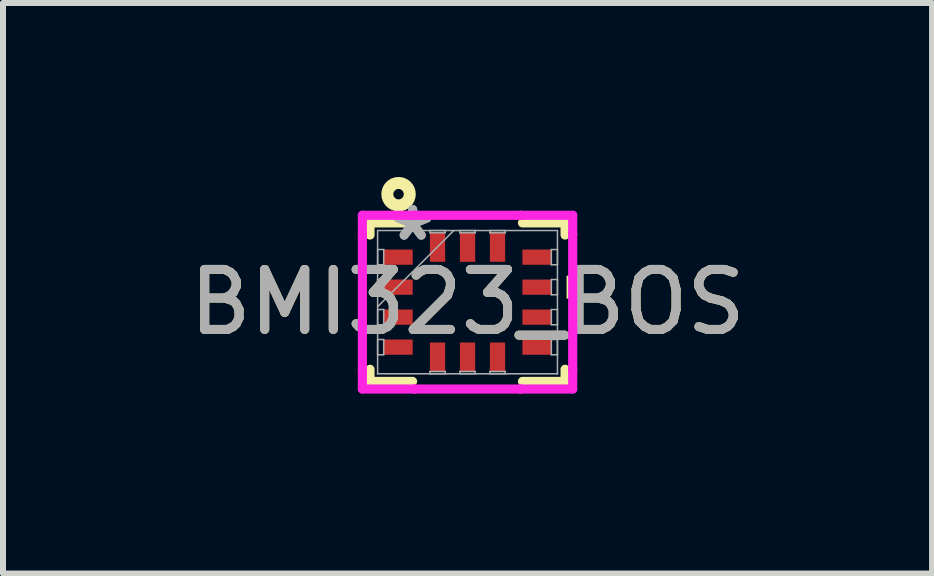
<source format=kicad_pcb>
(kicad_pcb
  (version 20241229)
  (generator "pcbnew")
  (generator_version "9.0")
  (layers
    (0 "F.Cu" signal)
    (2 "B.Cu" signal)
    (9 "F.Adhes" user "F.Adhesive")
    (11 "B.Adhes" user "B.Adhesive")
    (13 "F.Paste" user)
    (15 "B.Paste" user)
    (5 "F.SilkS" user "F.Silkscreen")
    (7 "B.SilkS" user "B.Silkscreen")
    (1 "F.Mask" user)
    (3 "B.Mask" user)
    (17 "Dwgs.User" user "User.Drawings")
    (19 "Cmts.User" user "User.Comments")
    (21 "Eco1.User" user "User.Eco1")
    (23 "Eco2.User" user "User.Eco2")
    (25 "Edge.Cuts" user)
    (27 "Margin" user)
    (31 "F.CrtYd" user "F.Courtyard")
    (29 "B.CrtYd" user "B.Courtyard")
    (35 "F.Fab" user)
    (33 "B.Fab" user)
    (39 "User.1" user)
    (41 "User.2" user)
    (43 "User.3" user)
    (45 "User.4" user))
  (footprint "BMI323_BOS"
    (layer "F.Cu")
    (at 4.744 1.987)
    (property "Reference" "BMI323_BOS" (at 0 0 0) (unlocked yes) (layer "F.SilkS") (effects (font (size 1 1) (thickness 0.15))))
    (attr smd)
    (fp_line (start -1.626 -1.321) (end -1.626 -1.119) (stroke (width 0.152) (type solid)) (layer "F.SilkS"))
    (fp_line (start -1.626 1.119) (end -1.626 1.321) (stroke (width 0.152) (type solid)) (layer "F.SilkS"))
    (fp_line (start -1.626 1.321) (end -0.916 1.321) (stroke (width 0.152) (type solid)) (layer "F.SilkS"))
    (fp_line (start -0.916 -1.321) (end -1.626 -1.321) (stroke (width 0.152) (type solid)) (layer "F.SilkS"))
    (fp_line (start 0.916 1.321) (end 1.626 1.321) (stroke (width 0.152) (type solid)) (layer "F.SilkS"))
    (fp_line (start 1.626 -1.321) (end 0.916 -1.321) (stroke (width 0.152) (type solid)) (layer "F.SilkS"))
    (fp_line (start 1.626 -1.119) (end 1.626 -1.321) (stroke (width 0.152) (type solid)) (layer "F.SilkS"))
    (fp_line (start 1.626 1.321) (end 1.626 1.119) (stroke (width 0.152) (type solid)) (layer "F.SilkS"))
    (fp_circle (center -1.15 -1.8) (end -1.225 -1.756) (stroke (width 0.2) (type solid)) (fill no) (layer "F.SilkS"))
    (fp_poly (pts (xy 1.905 -0.441) (xy 1.905 -0.059) (xy 1.651 -0.059) (xy 1.651 -0.441)) (stroke (width 0) (type solid)) (fill yes) (layer "F.SilkS"))
    (fp_line (start -1.753 -1.448) (end -0.881 -1.448) (stroke (width 0.152) (type solid)) (layer "F.CrtYd"))
    (fp_line (start -1.753 -1.131) (end -1.753 -1.448) (stroke (width 0.152) (type solid)) (layer "F.CrtYd"))
    (fp_line (start -1.753 -1.131) (end -1.753 -1.131) (stroke (width 0.152) (type solid)) (layer "F.CrtYd"))
    (fp_line (start -1.753 1.131) (end -1.753 -1.131) (stroke (width 0.152) (type solid)) (layer "F.CrtYd"))
    (fp_line (start -1.753 1.131) (end -1.753 1.131) (stroke (width 0.152) (type solid)) (layer "F.CrtYd"))
    (fp_line (start -1.753 1.448) (end -1.753 1.131) (stroke (width 0.152) (type solid)) (layer "F.CrtYd"))
    (fp_line (start -0.881 -1.448) (end -0.881 -1.448) (stroke (width 0.152) (type solid)) (layer "F.CrtYd"))
    (fp_line (start -0.881 -1.448) (end 0.881 -1.448) (stroke (width 0.152) (type solid)) (layer "F.CrtYd"))
    (fp_line (start -0.881 1.448) (end -1.753 1.448) (stroke (width 0.152) (type solid)) (layer "F.CrtYd"))
    (fp_line (start -0.881 1.448) (end -0.881 1.448) (stroke (width 0.152) (type solid)) (layer "F.CrtYd"))
    (fp_line (start 0.881 -1.448) (end 0.881 -1.448) (stroke (width 0.152) (type solid)) (layer "F.CrtYd"))
    (fp_line (start 0.881 -1.448) (end 1.753 -1.448) (stroke (width 0.152) (type solid)) (layer "F.CrtYd"))
    (fp_line (start 0.881 1.448) (end -0.881 1.448) (stroke (width 0.152) (type solid)) (layer "F.CrtYd"))
    (fp_line (start 0.881 1.448) (end 0.881 1.448) (stroke (width 0.152) (type solid)) (layer "F.CrtYd"))
    (fp_line (start 1.753 -1.448) (end 1.753 -1.131) (stroke (width 0.152) (type solid)) (layer "F.CrtYd"))
    (fp_line (start 1.753 -1.131) (end 1.753 -1.131) (stroke (width 0.152) (type solid)) (layer "F.CrtYd"))
    (fp_line (start 1.753 -1.131) (end 1.753 1.131) (stroke (width 0.152) (type solid)) (layer "F.CrtYd"))
    (fp_line (start 1.753 1.131) (end 1.753 1.131) (stroke (width 0.152) (type solid)) (layer "F.CrtYd"))
    (fp_line (start 1.753 1.131) (end 1.753 1.448) (stroke (width 0.152) (type solid)) (layer "F.CrtYd"))
    (fp_line (start 1.753 1.448) (end 0.881 1.448) (stroke (width 0.152) (type solid)) (layer "F.CrtYd"))
    (fp_line (start -1.499 -1.194) (end -1.499 -1.194) (stroke (width 0.025) (type solid)) (layer "F.Fab"))
    (fp_line (start -1.499 -1.194) (end -1.499 1.194) (stroke (width 0.025) (type solid)) (layer "F.Fab"))
    (fp_line (start -1.499 -0.877) (end -1.397 -0.877) (stroke (width 0.025) (type solid)) (layer "F.Fab"))
    (fp_line (start -1.499 -0.623) (end -1.499 -0.877) (stroke (width 0.025) (type solid)) (layer "F.Fab"))
    (fp_line (start -1.499 -0.377) (end -1.397 -0.377) (stroke (width 0.025) (type solid)) (layer "F.Fab"))
    (fp_line (start -1.499 -0.123) (end -1.499 -0.377) (stroke (width 0.025) (type solid)) (layer "F.Fab"))
    (fp_line (start -1.499 0.076) (end -0.229 -1.194) (stroke (width 0.025) (type solid)) (layer "F.Fab"))
    (fp_line (start -1.499 0.123) (end -1.397 0.123) (stroke (width 0.025) (type solid)) (layer "F.Fab"))
    (fp_line (start -1.499 0.377) (end -1.499 0.123) (stroke (width 0.025) (type solid)) (layer "F.Fab"))
    (fp_line (start -1.499 0.623) (end -1.397 0.623) (stroke (width 0.025) (type solid)) (layer "F.Fab"))
    (fp_line (start -1.499 0.877) (end -1.499 0.623) (stroke (width 0.025) (type solid)) (layer "F.Fab"))
    (fp_line (start -1.499 1.194) (end -1.499 1.194) (stroke (width 0.025) (type solid)) (layer "F.Fab"))
    (fp_line (start -1.499 1.194) (end 1.499 1.194) (stroke (width 0.025) (type solid)) (layer "F.Fab"))
    (fp_line (start -1.397 -0.877) (end -1.397 -0.623) (stroke (width 0.025) (type solid)) (layer "F.Fab"))
    (fp_line (start -1.397 -0.623) (end -1.499 -0.623) (stroke (width 0.025) (type solid)) (layer "F.Fab"))
    (fp_line (start -1.397 -0.377) (end -1.397 -0.123) (stroke (width 0.025) (type solid)) (layer "F.Fab"))
    (fp_line (start -1.397 -0.123) (end -1.499 -0.123) (stroke (width 0.025) (type solid)) (layer "F.Fab"))
    (fp_line (start -1.397 0.123) (end -1.397 0.377) (stroke (width 0.025) (type solid)) (layer "F.Fab"))
    (fp_line (start -1.397 0.377) (end -1.499 0.377) (stroke (width 0.025) (type solid)) (layer "F.Fab"))
    (fp_line (start -1.397 0.623) (end -1.397 0.877) (stroke (width 0.025) (type solid)) (layer "F.Fab"))
    (fp_line (start -1.397 0.877) (end -1.499 0.877) (stroke (width 0.025) (type solid)) (layer "F.Fab"))
    (fp_line (start -0.627 -1.194) (end -0.373 -1.194) (stroke (width 0.025) (type solid)) (layer "F.Fab"))
    (fp_line (start -0.627 -1.156) (end -0.627 -1.194) (stroke (width 0.025) (type solid)) (layer "F.Fab"))
    (fp_line (start -0.627 1.156) (end -0.373 1.156) (stroke (width 0.025) (type solid)) (layer "F.Fab"))
    (fp_line (start -0.627 1.194) (end -0.627 1.156) (stroke (width 0.025) (type solid)) (layer "F.Fab"))
    (fp_line (start -0.373 -1.194) (end -0.373 -1.156) (stroke (width 0.025) (type solid)) (layer "F.Fab"))
    (fp_line (start -0.373 -1.156) (end -0.627 -1.156) (stroke (width 0.025) (type solid)) (layer "F.Fab"))
    (fp_line (start -0.373 1.156) (end -0.373 1.194) (stroke (width 0.025) (type solid)) (layer "F.Fab"))
    (fp_line (start -0.373 1.194) (end -0.627 1.194) (stroke (width 0.025) (type solid)) (layer "F.Fab"))
    (fp_line (start -0.127 -1.194) (end 0.127 -1.194) (stroke (width 0.025) (type solid)) (layer "F.Fab"))
    (fp_line (start -0.127 -1.156) (end -0.127 -1.194) (stroke (width 0.025) (type solid)) (layer "F.Fab"))
    (fp_line (start -0.127 1.156) (end 0.127 1.156) (stroke (width 0.025) (type solid)) (layer "F.Fab"))
    (fp_line (start -0.127 1.194) (end -0.127 1.156) (stroke (width 0.025) (type solid)) (layer "F.Fab"))
    (fp_line (start 0.127 -1.194) (end 0.127 -1.156) (stroke (width 0.025) (type solid)) (layer "F.Fab"))
    (fp_line (start 0.127 -1.156) (end -0.127 -1.156) (stroke (width 0.025) (type solid)) (layer "F.Fab"))
    (fp_line (start 0.127 1.156) (end 0.127 1.194) (stroke (width 0.025) (type solid)) (layer "F.Fab"))
    (fp_line (start 0.127 1.194) (end -0.127 1.194) (stroke (width 0.025) (type solid)) (layer "F.Fab"))
    (fp_line (start 0.373 -1.194) (end 0.627 -1.194) (stroke (width 0.025) (type solid)) (layer "F.Fab"))
    (fp_line (start 0.373 -1.156) (end 0.373 -1.194) (stroke (width 0.025) (type solid)) (layer "F.Fab"))
    (fp_line (start 0.373 1.156) (end 0.627 1.156) (stroke (width 0.025) (type solid)) (layer "F.Fab"))
    (fp_line (start 0.373 1.194) (end 0.373 1.156) (stroke (width 0.025) (type solid)) (layer "F.Fab"))
    (fp_line (start 0.627 -1.194) (end 0.627 -1.156) (stroke (width 0.025) (type solid)) (layer "F.Fab"))
    (fp_line (start 0.627 -1.156) (end 0.373 -1.156) (stroke (width 0.025) (type solid)) (layer "F.Fab"))
    (fp_line (start 0.627 1.156) (end 0.627 1.194) (stroke (width 0.025) (type solid)) (layer "F.Fab"))
    (fp_line (start 0.627 1.194) (end 0.373 1.194) (stroke (width 0.025) (type solid)) (layer "F.Fab"))
    (fp_line (start 1.397 -0.877) (end 1.499 -0.877) (stroke (width 0.025) (type solid)) (layer "F.Fab"))
    (fp_line (start 1.397 -0.623) (end 1.397 -0.877) (stroke (width 0.025) (type solid)) (layer "F.Fab"))
    (fp_line (start 1.397 -0.377) (end 1.499 -0.377) (stroke (width 0.025) (type solid)) (layer "F.Fab"))
    (fp_line (start 1.397 -0.123) (end 1.397 -0.377) (stroke (width 0.025) (type solid)) (layer "F.Fab"))
    (fp_line (start 1.397 0.123) (end 1.499 0.123) (stroke (width 0.025) (type solid)) (layer "F.Fab"))
    (fp_line (start 1.397 0.377) (end 1.397 0.123) (stroke (width 0.025) (type solid)) (layer "F.Fab"))
    (fp_line (start 1.397 0.623) (end 1.499 0.623) (stroke (width 0.025) (type solid)) (layer "F.Fab"))
    (fp_line (start 1.397 0.877) (end 1.397 0.623) (stroke (width 0.025) (type solid)) (layer "F.Fab"))
    (fp_line (start 1.499 -1.194) (end -1.499 -1.194) (stroke (width 0.025) (type solid)) (layer "F.Fab"))
    (fp_line (start 1.499 -1.194) (end 1.499 -1.194) (stroke (width 0.025) (type solid)) (layer "F.Fab"))
    (fp_line (start 1.499 -0.877) (end 1.499 -0.623) (stroke (width 0.025) (type solid)) (layer "F.Fab"))
    (fp_line (start 1.499 -0.623) (end 1.397 -0.623) (stroke (width 0.025) (type solid)) (layer "F.Fab"))
    (fp_line (start 1.499 -0.377) (end 1.499 -0.123) (stroke (width 0.025) (type solid)) (layer "F.Fab"))
    (fp_line (start 1.499 -0.123) (end 1.397 -0.123) (stroke (width 0.025) (type solid)) (layer "F.Fab"))
    (fp_line (start 1.499 0.123) (end 1.499 0.377) (stroke (width 0.025) (type solid)) (layer "F.Fab"))
    (fp_line (start 1.499 0.377) (end 1.397 0.377) (stroke (width 0.025) (type solid)) (layer "F.Fab"))
    (fp_line (start 1.499 0.623) (end 1.499 0.877) (stroke (width 0.025) (type solid)) (layer "F.Fab"))
    (fp_line (start 1.499 0.877) (end 1.397 0.877) (stroke (width 0.025) (type solid)) (layer "F.Fab"))
    (fp_line (start 1.499 1.194) (end 1.499 -1.194) (stroke (width 0.025) (type solid)) (layer "F.Fab"))
    (fp_line (start 1.499 1.194) (end 1.499 1.194) (stroke (width 0.025) (type solid)) (layer "F.Fab"))
    (fp_text user "*" (at -0.914 -1 0) (layer "F.Fab") (effects (font (size 1 1) (thickness 0.15))))
    (fp_text user "${REFERENCE}" (at 0 0 0) (unlocked yes) (layer "F.Fab") (effects (font (size 1 1) (thickness 0.15))))
    (fp_text user "*" (at -0.914 -1 0) (unlocked yes) (layer "F.Fab") (effects (font (size 1 1) (thickness 0.15))))
    (pad "1" smd rect (at -1.156 -0.75 90) (size 0.254 0.483) (layers "F.Cu" "F.Mask" "F.Paste"))
    (pad "2" smd rect (at -1.156 -0.25 90) (size 0.254 0.483) (layers "F.Cu" "F.Mask" "F.Paste"))
    (pad "3" smd rect (at -1.156 0.25 90) (size 0.254 0.483) (layers "F.Cu" "F.Mask" "F.Paste"))
    (pad "4" smd rect (at -1.156 0.75 90) (size 0.254 0.483) (layers "F.Cu" "F.Mask" "F.Paste"))
    (pad "5" smd rect (at -0.5 0.914) (size 0.254 0.483) (layers "F.Cu" "F.Mask" "F.Paste"))
    (pad "6" smd rect (at 0 0.914) (size 0.254 0.483) (layers "F.Cu" "F.Mask" "F.Paste"))
    (pad "7" smd rect (at 0.5 0.914) (size 0.254 0.483) (layers "F.Cu" "F.Mask" "F.Paste"))
    (pad "8" smd rect (at 1.156 0.75 90) (size 0.254 0.483) (layers "F.Cu" "F.Mask" "F.Paste"))
    (pad "9" smd rect (at 1.156 0.25 90) (size 0.254 0.483) (layers "F.Cu" "F.Mask" "F.Paste"))
    (pad "10" smd rect (at 1.156 -0.25 90) (size 0.254 0.483) (layers "F.Cu" "F.Mask" "F.Paste"))
    (pad "11" smd rect (at 1.156 -0.75 90) (size 0.254 0.483) (layers "F.Cu" "F.Mask" "F.Paste"))
    (pad "12" smd rect (at 0.5 -0.914) (size 0.254 0.483) (layers "F.Cu" "F.Mask" "F.Paste"))
    (pad "13" smd rect (at 0 -0.914) (size 0.254 0.483) (layers "F.Cu" "F.Mask" "F.Paste"))
    (pad "14" smd rect (at -0.5 -0.914) (size 0.254 0.483) (layers "F.Cu" "F.Mask" "F.Paste"))
    (zone (net_name "") (layer "F.Cu") (name "keepout") (hatch edge 0.5) (connect_pads) (min_thickness 0.25) (filled_areas_thickness no) (keepout (tracks allowed) (vias allowed) (pads allowed) (copperpour not_allowed) (footprints allowed)) (placement (enabled no)) (fill) (polygon (pts (xy 3.118 0.666) (xy 6.37 0.666) (xy 6.37 3.308) (xy 3.119 3.312) (xy 3.118 3.308)))))
  (gr_rect
    (start -3 -3)
    (end 12.488 6.511)
    (stroke (width 0.1) (type default))
    (fill no)
    (layer "Edge.Cuts")))
</source>
